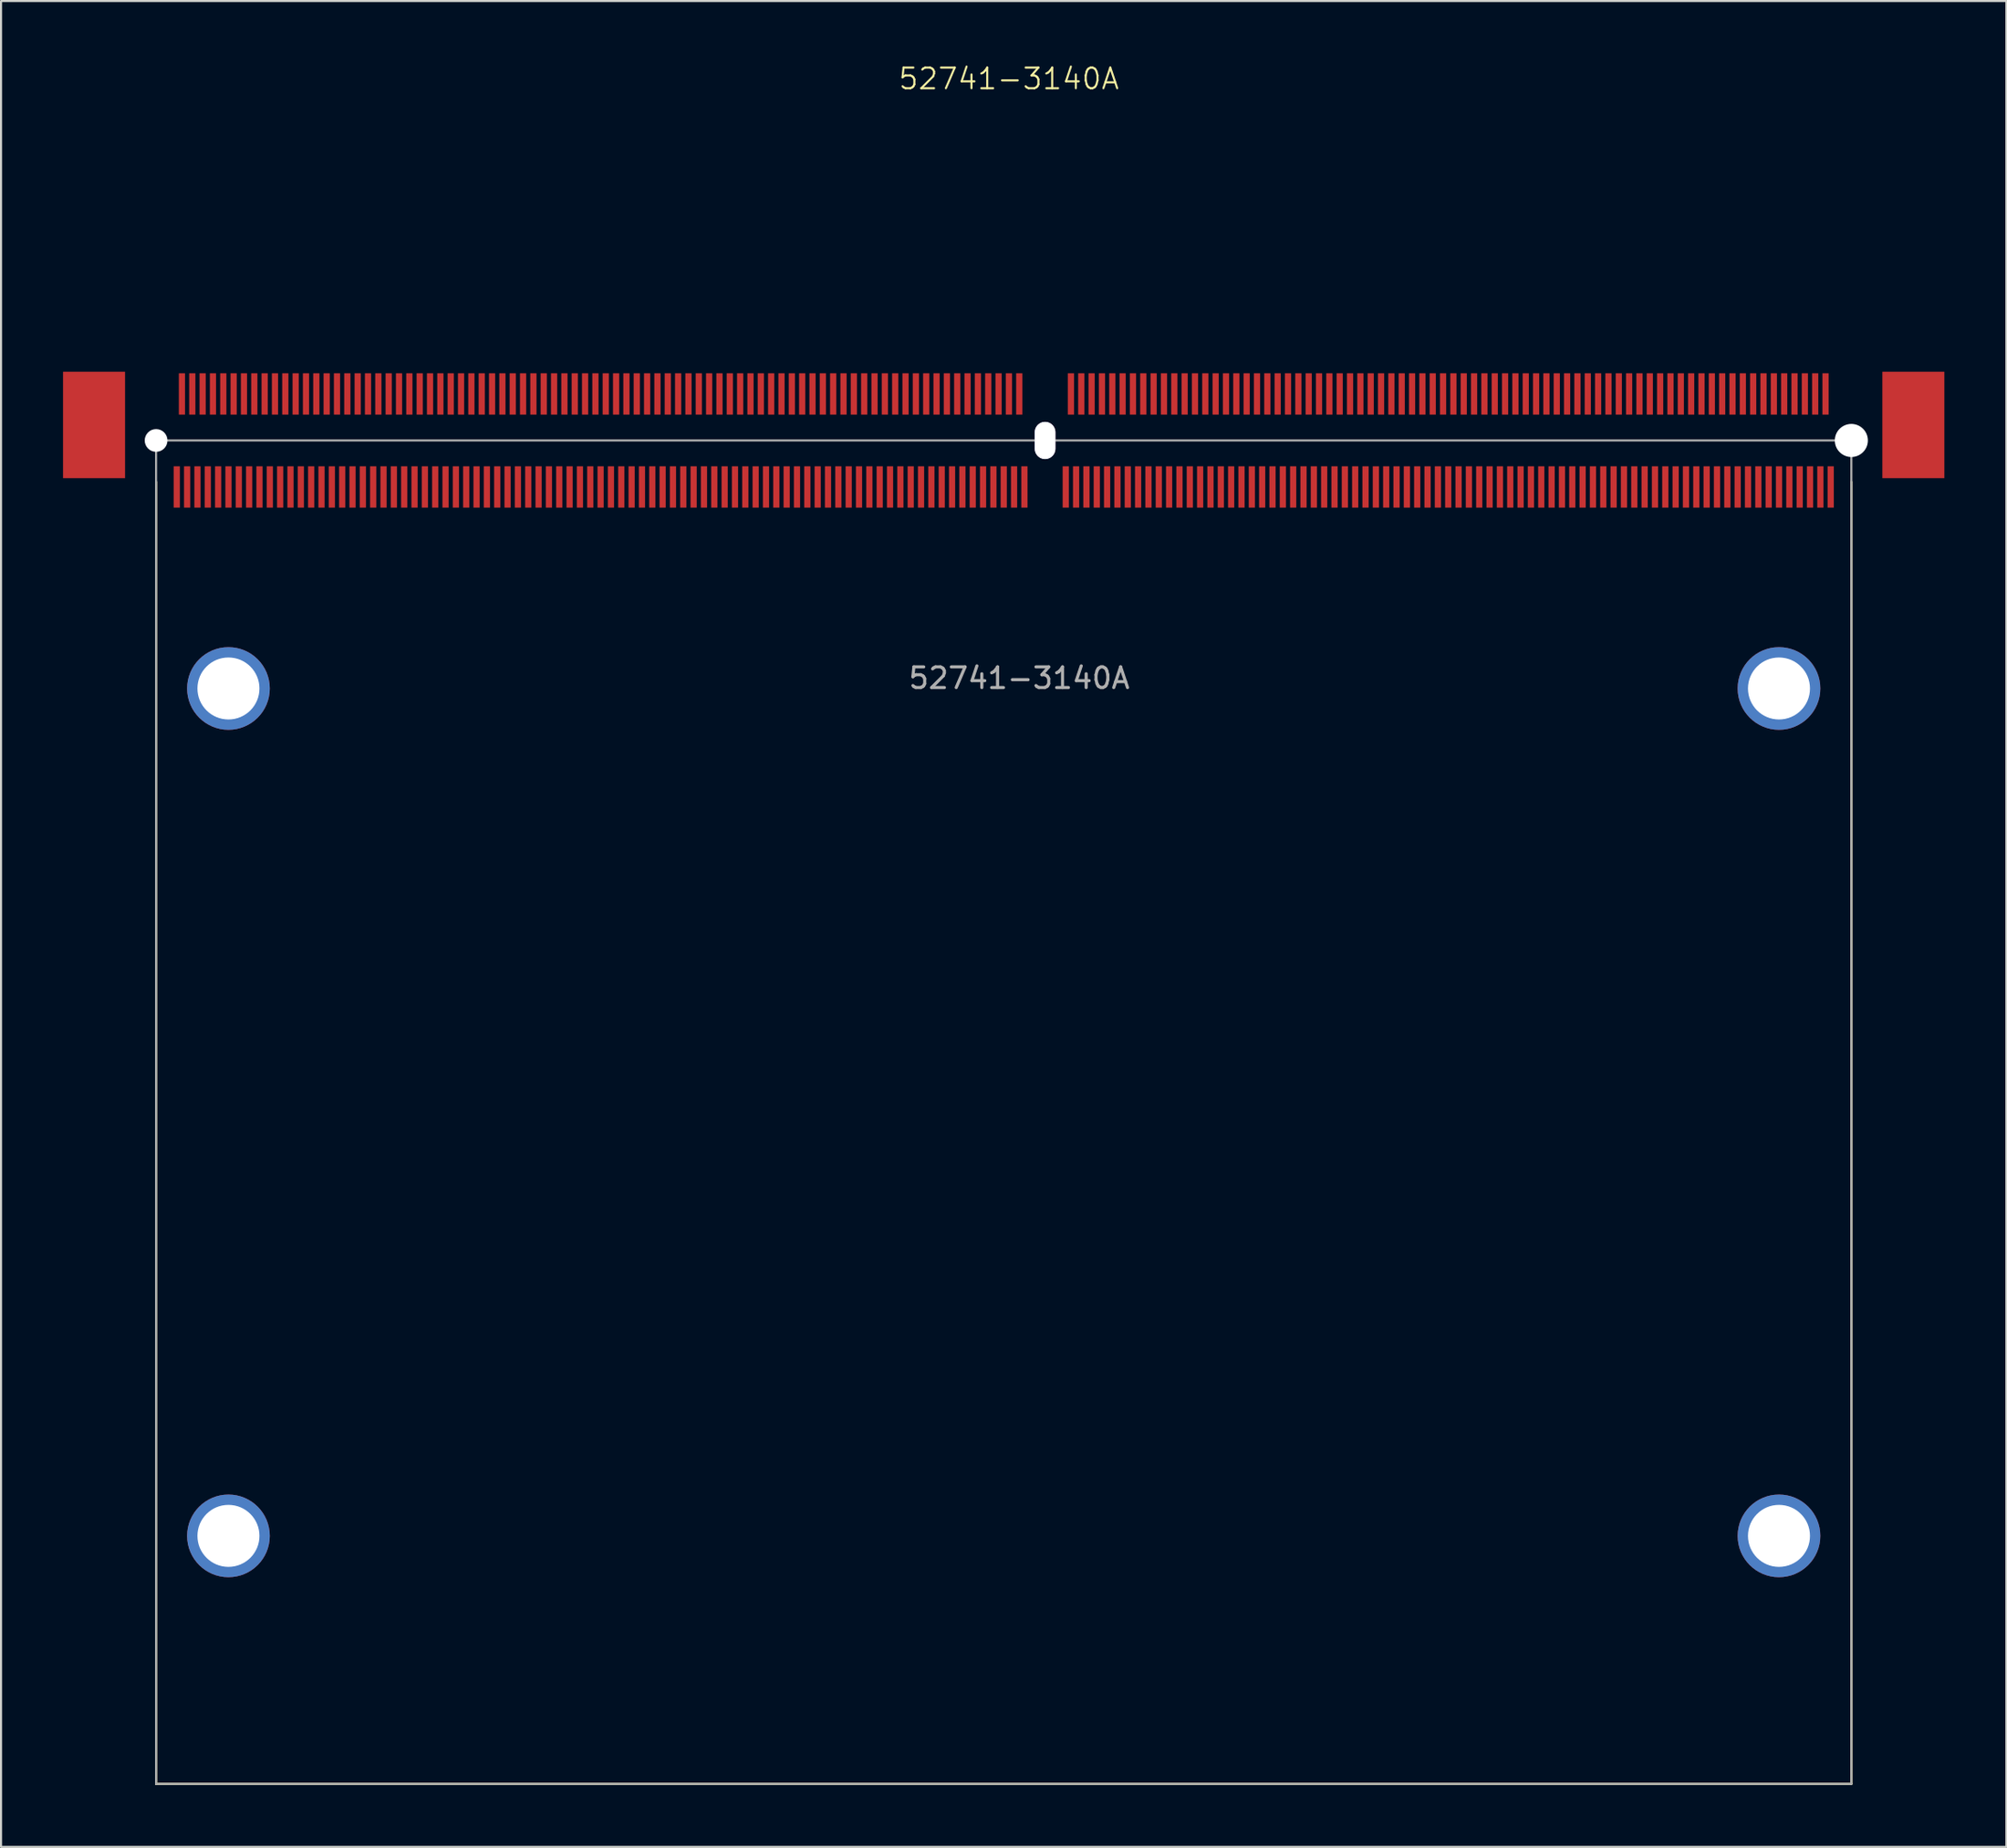
<source format=kicad_pcb>
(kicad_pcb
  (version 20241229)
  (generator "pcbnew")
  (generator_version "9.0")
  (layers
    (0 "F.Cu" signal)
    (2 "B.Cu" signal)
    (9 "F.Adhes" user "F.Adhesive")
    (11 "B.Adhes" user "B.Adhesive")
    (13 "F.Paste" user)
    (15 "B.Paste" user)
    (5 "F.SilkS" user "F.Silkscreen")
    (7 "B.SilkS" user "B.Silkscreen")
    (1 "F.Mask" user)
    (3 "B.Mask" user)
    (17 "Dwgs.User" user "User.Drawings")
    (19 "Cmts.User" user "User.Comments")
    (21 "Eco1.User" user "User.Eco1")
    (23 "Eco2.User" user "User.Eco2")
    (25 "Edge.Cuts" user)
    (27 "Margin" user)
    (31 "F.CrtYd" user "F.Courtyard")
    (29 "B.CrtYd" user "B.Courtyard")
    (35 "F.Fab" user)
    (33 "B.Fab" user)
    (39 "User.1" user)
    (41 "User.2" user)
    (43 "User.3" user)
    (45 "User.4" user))
  (footprint "52741-3140A"
    (layer "F.Cu")
    (at 46.25 18.261)
    (property "Reference" "52741-3140A" (at -0.5 -17.5 0) (unlocked yes) (layer "F.SilkS") (effects (font (size 1 1) (thickness 0.1))))
    (attr smd)
    (fp_line (start -41.75 2) (end -41.75 65) (stroke (width 0.1) (type default)) (layer "F.SilkS"))
    (fp_line (start -41.75 65) (end 40.25 65) (stroke (width 0.1) (type default)) (layer "F.SilkS"))
    (fp_line (start 40.25 65) (end 40.25 2) (stroke (width 0.1) (type default)) (layer "F.SilkS"))
    (fp_line (start -41.75 0) (end 40.25 0) (stroke (width 0.1) (type default)) (layer "F.Fab"))
    (fp_line (start -41.75 65) (end -41.75 0) (stroke (width 0.1) (type default)) (layer "F.Fab"))
    (fp_line (start 40.25 0) (end 40.25 65) (stroke (width 0.1) (type default)) (layer "F.Fab"))
    (fp_line (start 40.25 65) (end -41.75 65) (stroke (width 0.1) (type default)) (layer "F.Fab"))
    (fp_text user "${REFERENCE}" (at 0 11.5 0) (unlocked yes) (layer "F.Fab") (effects (font (size 1 1) (thickness 0.15))))
    (pad "" smd rect (at -44.75 -0.75) (size 3 5.15) (layers "F.Cu" "F.Mask" "F.Paste"))
    (pad "" np_thru_hole circle (at -41.75 0) (size 1.1 1.1) (drill 1.1) (layers "*.Cu" "*.Mask"))
    (pad "" thru_hole circle (at -38.25 12) (size 4 4) (drill 3) (layers "*.Cu" "*.Mask"))
    (pad "" thru_hole circle (at -38.25 53) (size 4 4) (drill 3) (layers "*.Cu" "*.Mask"))
    (pad "" np_thru_hole roundrect (at 1.25 0) (size 1 1.8) (drill oval 1 1.8) (layers "*.Cu" "*.Mask") (roundrect_rratio 0.5))
    (pad "" thru_hole circle (at 36.75 12) (size 4 4) (drill 3) (layers "*.Cu" "*.Mask"))
    (pad "" thru_hole circle (at 36.75 53) (size 4 4) (drill 3) (layers "*.Cu" "*.Mask"))
    (pad "" np_thru_hole circle (at 40.25 0) (size 1.6 1.6) (drill 1.6) (layers "*.Cu" "*.Mask"))
    (pad "" smd rect (at 43.25 -0.75) (size 3 5.15) (layers "F.Cu" "F.Mask" "F.Paste"))
    (pad "1" smd rect (at -30.75 2.25) (size 0.3 2) (layers "F.Cu" "F.Mask" "F.Paste"))
    (pad "2" smd rect (at -30.5 -2.25) (size 0.3 2) (layers "F.Cu" "F.Mask" "F.Paste"))
    (pad "3" smd rect (at -30.25 2.25) (size 0.3 2) (layers "F.Cu" "F.Mask" "F.Paste"))
    (pad "4" smd rect (at -30 -2.25) (size 0.3 2) (layers "F.Cu" "F.Mask" "F.Paste"))
    (pad "5" smd rect (at -29.75 2.25) (size 0.3 2) (layers "F.Cu" "F.Mask" "F.Paste"))
    (pad "6" smd rect (at -29.5 -2.25) (size 0.3 2) (layers "F.Cu" "F.Mask" "F.Paste"))
    (pad "7" smd rect (at -29.25 2.25) (size 0.3 2) (layers "F.Cu" "F.Mask" "F.Paste"))
    (pad "8" smd rect (at -29 -2.25) (size 0.3 2) (layers "F.Cu" "F.Mask" "F.Paste"))
    (pad "9" smd rect (at -28.75 2.25) (size 0.3 2) (layers "F.Cu" "F.Mask" "F.Paste"))
    (pad "10" smd rect (at -28.5 -2.25) (size 0.3 2) (layers "F.Cu" "F.Mask" "F.Paste"))
    (pad "11" smd rect (at -28.25 2.25) (size 0.3 2) (layers "F.Cu" "F.Mask" "F.Paste"))
    (pad "12" smd rect (at -28 -2.25) (size 0.3 2) (layers "F.Cu" "F.Mask" "F.Paste"))
    (pad "13" smd rect (at -27.75 2.25) (size 0.3 2) (layers "F.Cu" "F.Mask" "F.Paste"))
    (pad "14" smd rect (at -27.5 -2.25) (size 0.3 2) (layers "F.Cu" "F.Mask" "F.Paste"))
    (pad "15" smd rect (at -27.25 2.25) (size 0.3 2) (layers "F.Cu" "F.Mask" "F.Paste"))
    (pad "16" smd rect (at -27 -2.25) (size 0.3 2) (layers "F.Cu" "F.Mask" "F.Paste"))
    (pad "17" smd rect (at -26.75 2.25) (size 0.3 2) (layers "F.Cu" "F.Mask" "F.Paste"))
    (pad "18" smd rect (at -26.5 -2.25) (size 0.3 2) (layers "F.Cu" "F.Mask" "F.Paste"))
    (pad "19" smd rect (at -26.25 2.25) (size 0.3 2) (layers "F.Cu" "F.Mask" "F.Paste"))
    (pad "20" smd rect (at -26 -2.25) (size 0.3 2) (layers "F.Cu" "F.Mask" "F.Paste"))
    (pad "21" smd rect (at -25.75 2.25) (size 0.3 2) (layers "F.Cu" "F.Mask" "F.Paste"))
    (pad "22" smd rect (at -25.5 -2.25) (size 0.3 2) (layers "F.Cu" "F.Mask" "F.Paste"))
    (pad "23" smd rect (at -25.25 2.25) (size 0.3 2) (layers "F.Cu" "F.Mask" "F.Paste"))
    (pad "24" smd rect (at -25 -2.25) (size 0.3 2) (layers "F.Cu" "F.Mask" "F.Paste"))
    (pad "25" smd rect (at -24.75 2.25) (size 0.3 2) (layers "F.Cu" "F.Mask" "F.Paste"))
    (pad "26" smd rect (at -24.5 -2.25) (size 0.3 2) (layers "F.Cu" "F.Mask" "F.Paste"))
    (pad "27" smd rect (at -24.25 2.25) (size 0.3 2) (layers "F.Cu" "F.Mask" "F.Paste"))
    (pad "28" smd rect (at -24 -2.25) (size 0.3 2) (layers "F.Cu" "F.Mask" "F.Paste"))
    (pad "29" smd rect (at -23.75 2.25) (size 0.3 2) (layers "F.Cu" "F.Mask" "F.Paste"))
    (pad "30" smd rect (at -23.5 -2.25) (size 0.3 2) (layers "F.Cu" "F.Mask" "F.Paste"))
    (pad "31" smd rect (at -23.25 2.25) (size 0.3 2) (layers "F.Cu" "F.Mask" "F.Paste"))
    (pad "32" smd rect (at -23 -2.25) (size 0.3 2) (layers "F.Cu" "F.Mask" "F.Paste"))
    (pad "33" smd rect (at -22.75 2.25) (size 0.3 2) (layers "F.Cu" "F.Mask" "F.Paste"))
    (pad "34" smd rect (at -22.5 -2.25) (size 0.3 2) (layers "F.Cu" "F.Mask" "F.Paste"))
    (pad "35" smd rect (at -22.25 2.25) (size 0.3 2) (layers "F.Cu" "F.Mask" "F.Paste"))
    (pad "36" smd rect (at -22 -2.25) (size 0.3 2) (layers "F.Cu" "F.Mask" "F.Paste"))
    (pad "37" smd rect (at -21.75 2.25) (size 0.3 2) (layers "F.Cu" "F.Mask" "F.Paste"))
    (pad "38" smd rect (at -21.5 -2.25) (size 0.3 2) (layers "F.Cu" "F.Mask" "F.Paste"))
    (pad "39" smd rect (at -21.25 2.25) (size 0.3 2) (layers "F.Cu" "F.Mask" "F.Paste"))
    (pad "40" smd rect (at -21 -2.25) (size 0.3 2) (layers "F.Cu" "F.Mask" "F.Paste"))
    (pad "41" smd rect (at -20.75 2.25) (size 0.3 2) (layers "F.Cu" "F.Mask" "F.Paste"))
    (pad "42" smd rect (at -20.5 -2.25) (size 0.3 2) (layers "F.Cu" "F.Mask" "F.Paste"))
    (pad "43" smd rect (at -20.25 2.25) (size 0.3 2) (layers "F.Cu" "F.Mask" "F.Paste"))
    (pad "44" smd rect (at -20 -2.25) (size 0.3 2) (layers "F.Cu" "F.Mask" "F.Paste"))
    (pad "45" smd rect (at -19.75 2.25) (size 0.3 2) (layers "F.Cu" "F.Mask" "F.Paste"))
    (pad "46" smd rect (at -19.5 -2.25) (size 0.3 2) (layers "F.Cu" "F.Mask" "F.Paste"))
    (pad "47" smd rect (at -19.25 2.25) (size 0.3 2) (layers "F.Cu" "F.Mask" "F.Paste"))
    (pad "48" smd rect (at -19 -2.25) (size 0.3 2) (layers "F.Cu" "F.Mask" "F.Paste"))
    (pad "49" smd rect (at -18.75 2.25) (size 0.3 2) (layers "F.Cu" "F.Mask" "F.Paste"))
    (pad "50" smd rect (at -18.5 -2.25) (size 0.3 2) (layers "F.Cu" "F.Mask" "F.Paste"))
    (pad "51" smd rect (at -18.25 2.25) (size 0.3 2) (layers "F.Cu" "F.Mask" "F.Paste"))
    (pad "52" smd rect (at -18 -2.25) (size 0.3 2) (layers "F.Cu" "F.Mask" "F.Paste"))
    (pad "53" smd rect (at -17.75 2.25) (size 0.3 2) (layers "F.Cu" "F.Mask" "F.Paste"))
    (pad "54" smd rect (at -17.5 -2.25) (size 0.3 2) (layers "F.Cu" "F.Mask" "F.Paste"))
    (pad "55" smd rect (at -17.25 2.25) (size 0.3 2) (layers "F.Cu" "F.Mask" "F.Paste"))
    (pad "56" smd rect (at -17 -2.25) (size 0.3 2) (layers "F.Cu" "F.Mask" "F.Paste"))
    (pad "57" smd rect (at -16.75 2.25) (size 0.3 2) (layers "F.Cu" "F.Mask" "F.Paste"))
    (pad "58" smd rect (at -16.5 -2.25) (size 0.3 2) (layers "F.Cu" "F.Mask" "F.Paste"))
    (pad "59" smd rect (at -16.25 2.25) (size 0.3 2) (layers "F.Cu" "F.Mask" "F.Paste"))
    (pad "60" smd rect (at -16 -2.25) (size 0.3 2) (layers "F.Cu" "F.Mask" "F.Paste"))
    (pad "61" smd rect (at -15.75 2.25) (size 0.3 2) (layers "F.Cu" "F.Mask" "F.Paste"))
    (pad "62" smd rect (at -15.5 -2.25) (size 0.3 2) (layers "F.Cu" "F.Mask" "F.Paste"))
    (pad "63" smd rect (at -15.25 2.25) (size 0.3 2) (layers "F.Cu" "F.Mask" "F.Paste"))
    (pad "64" smd rect (at -15 -2.25) (size 0.3 2) (layers "F.Cu" "F.Mask" "F.Paste"))
    (pad "65" smd rect (at -14.75 2.25) (size 0.3 2) (layers "F.Cu" "F.Mask" "F.Paste"))
    (pad "66" smd rect (at -14.5 -2.25) (size 0.3 2) (layers "F.Cu" "F.Mask" "F.Paste"))
    (pad "67" smd rect (at -14.25 2.25) (size 0.3 2) (layers "F.Cu" "F.Mask" "F.Paste"))
    (pad "68" smd rect (at -14 -2.25) (size 0.3 2) (layers "F.Cu" "F.Mask" "F.Paste"))
    (pad "69" smd rect (at -13.75 2.25) (size 0.3 2) (layers "F.Cu" "F.Mask" "F.Paste"))
    (pad "70" smd rect (at -13.5 -2.25) (size 0.3 2) (layers "F.Cu" "F.Mask" "F.Paste"))
    (pad "71" smd rect (at -13.25 2.25) (size 0.3 2) (layers "F.Cu" "F.Mask" "F.Paste"))
    (pad "72" smd rect (at -13 -2.25) (size 0.3 2) (layers "F.Cu" "F.Mask" "F.Paste"))
    (pad "73" smd rect (at -12.75 2.25) (size 0.3 2) (layers "F.Cu" "F.Mask" "F.Paste"))
    (pad "74" smd rect (at -12.5 -2.25) (size 0.3 2) (layers "F.Cu" "F.Mask" "F.Paste"))
    (pad "75" smd rect (at -12.25 2.25) (size 0.3 2) (layers "F.Cu" "F.Mask" "F.Paste"))
    (pad "76" smd rect (at -12 -2.25) (size 0.3 2) (layers "F.Cu" "F.Mask" "F.Paste"))
    (pad "77" smd rect (at -11.75 2.25) (size 0.3 2) (layers "F.Cu" "F.Mask" "F.Paste"))
    (pad "78" smd rect (at -11.5 -2.25) (size 0.3 2) (layers "F.Cu" "F.Mask" "F.Paste"))
    (pad "79" smd rect (at -11.25 2.25) (size 0.3 2) (layers "F.Cu" "F.Mask" "F.Paste"))
    (pad "80" smd rect (at -11 -2.25) (size 0.3 2) (layers "F.Cu" "F.Mask" "F.Paste"))
    (pad "81" smd rect (at -10.75 2.25) (size 0.3 2) (layers "F.Cu" "F.Mask" "F.Paste"))
    (pad "82" smd rect (at -10.5 -2.25) (size 0.3 2) (layers "F.Cu" "F.Mask" "F.Paste"))
    (pad "83" smd rect (at -10.25 2.25) (size 0.3 2) (layers "F.Cu" "F.Mask" "F.Paste"))
    (pad "84" smd rect (at -10 -2.25) (size 0.3 2) (layers "F.Cu" "F.Mask" "F.Paste"))
    (pad "85" smd rect (at -9.75 2.25) (size 0.3 2) (layers "F.Cu" "F.Mask" "F.Paste"))
    (pad "86" smd rect (at -9.5 -2.25) (size 0.3 2) (layers "F.Cu" "F.Mask" "F.Paste"))
    (pad "87" smd rect (at -9.25 2.25) (size 0.3 2) (layers "F.Cu" "F.Mask" "F.Paste"))
    (pad "88" smd rect (at -9 -2.25) (size 0.3 2) (layers "F.Cu" "F.Mask" "F.Paste"))
    (pad "89" smd rect (at -8.75 2.25) (size 0.3 2) (layers "F.Cu" "F.Mask" "F.Paste"))
    (pad "90" smd rect (at -8.5 -2.25) (size 0.3 2) (layers "F.Cu" "F.Mask" "F.Paste"))
    (pad "91" smd rect (at -8.25 2.25) (size 0.3 2) (layers "F.Cu" "F.Mask" "F.Paste"))
    (pad "92" smd rect (at -8 -2.25) (size 0.3 2) (layers "F.Cu" "F.Mask" "F.Paste"))
    (pad "93" smd rect (at -7.75 2.25) (size 0.3 2) (layers "F.Cu" "F.Mask" "F.Paste"))
    (pad "94" smd rect (at -7.5 -2.25) (size 0.3 2) (layers "F.Cu" "F.Mask" "F.Paste"))
    (pad "95" smd rect (at -7.25 2.25) (size 0.3 2) (layers "F.Cu" "F.Mask" "F.Paste"))
    (pad "96" smd rect (at -7 -2.25) (size 0.3 2) (layers "F.Cu" "F.Mask" "F.Paste"))
    (pad "97" smd rect (at -6.75 2.25) (size 0.3 2) (layers "F.Cu" "F.Mask" "F.Paste"))
    (pad "98" smd rect (at -6.5 -2.25) (size 0.3 2) (layers "F.Cu" "F.Mask" "F.Paste"))
    (pad "99" smd rect (at -6.25 2.25) (size 0.3 2) (layers "F.Cu" "F.Mask" "F.Paste"))
    (pad "100" smd rect (at -6 -2.25) (size 0.3 2) (layers "F.Cu" "F.Mask" "F.Paste"))
    (pad "101" smd rect (at -5.75 2.25) (size 0.3 2) (layers "F.Cu" "F.Mask" "F.Paste"))
    (pad "102" smd rect (at -5.5 -2.25) (size 0.3 2) (layers "F.Cu" "F.Mask" "F.Paste"))
    (pad "103" smd rect (at -5.25 2.25) (size 0.3 2) (layers "F.Cu" "F.Mask" "F.Paste"))
    (pad "104" smd rect (at -5 -2.25) (size 0.3 2) (layers "F.Cu" "F.Mask" "F.Paste"))
    (pad "105" smd rect (at -4.75 2.25) (size 0.3 2) (layers "F.Cu" "F.Mask" "F.Paste"))
    (pad "106" smd rect (at -4.5 -2.25) (size 0.3 2) (layers "F.Cu" "F.Mask" "F.Paste"))
    (pad "107" smd rect (at -4.25 2.25) (size 0.3 2) (layers "F.Cu" "F.Mask" "F.Paste"))
    (pad "108" smd rect (at -4 -2.25) (size 0.3 2) (layers "F.Cu" "F.Mask" "F.Paste"))
    (pad "109" smd rect (at -3.75 2.25) (size 0.3 2) (layers "F.Cu" "F.Mask" "F.Paste"))
    (pad "110" smd rect (at -3.5 -2.25) (size 0.3 2) (layers "F.Cu" "F.Mask" "F.Paste"))
    (pad "111" smd rect (at -3.25 2.25) (size 0.3 2) (layers "F.Cu" "F.Mask" "F.Paste"))
    (pad "112" smd rect (at -3 -2.25) (size 0.3 2) (layers "F.Cu" "F.Mask" "F.Paste"))
    (pad "113" smd rect (at -2.75 2.25) (size 0.3 2) (layers "F.Cu" "F.Mask" "F.Paste"))
    (pad "114" smd rect (at -2.5 -2.25) (size 0.3 2) (layers "F.Cu" "F.Mask" "F.Paste"))
    (pad "115" smd rect (at -2.25 2.25) (size 0.3 2) (layers "F.Cu" "F.Mask" "F.Paste"))
    (pad "116" smd rect (at -2 -2.25) (size 0.3 2) (layers "F.Cu" "F.Mask" "F.Paste"))
    (pad "117" smd rect (at -1.75 2.25) (size 0.3 2) (layers "F.Cu" "F.Mask" "F.Paste"))
    (pad "118" smd rect (at -1.5 -2.25) (size 0.3 2) (layers "F.Cu" "F.Mask" "F.Paste"))
    (pad "119" smd rect (at -1.25 2.25) (size 0.3 2) (layers "F.Cu" "F.Mask" "F.Paste"))
    (pad "120" smd rect (at -1 -2.25) (size 0.3 2) (layers "F.Cu" "F.Mask" "F.Paste"))
    (pad "121" smd rect (at -0.75 2.25) (size 0.3 2) (layers "F.Cu" "F.Mask" "F.Paste"))
    (pad "122" smd rect (at -0.5 -2.25) (size 0.3 2) (layers "F.Cu" "F.Mask" "F.Paste"))
    (pad "123" smd rect (at -0.25 2.25) (size 0.3 2) (layers "F.Cu" "F.Mask" "F.Paste"))
    (pad "124" smd rect (at 0 -2.25) (size 0.3 2) (layers "F.Cu" "F.Mask" "F.Paste"))
    (pad "125" smd rect (at 0.25 2.25) (size 0.3 2) (layers "F.Cu" "F.Mask" "F.Paste"))
    (pad "133" smd rect (at 2.25 2.25) (size 0.3 2) (layers "F.Cu" "F.Mask" "F.Paste"))
    (pad "134" smd rect (at 2.5 -2.25) (size 0.3 2) (layers "F.Cu" "F.Mask" "F.Paste"))
    (pad "135" smd rect (at 2.75 2.25) (size 0.3 2) (layers "F.Cu" "F.Mask" "F.Paste"))
    (pad "136" smd rect (at 3 -2.25) (size 0.3 2) (layers "F.Cu" "F.Mask" "F.Paste"))
    (pad "137" smd rect (at 3.25 2.25) (size 0.3 2) (layers "F.Cu" "F.Mask" "F.Paste"))
    (pad "138" smd rect (at 3.5 -2.25) (size 0.3 2) (layers "F.Cu" "F.Mask" "F.Paste"))
    (pad "139" smd rect (at 3.75 2.25) (size 0.3 2) (layers "F.Cu" "F.Mask" "F.Paste"))
    (pad "140" smd rect (at 4 -2.25) (size 0.3 2) (layers "F.Cu" "F.Mask" "F.Paste"))
    (pad "141" smd rect (at 4.25 2.25) (size 0.3 2) (layers "F.Cu" "F.Mask" "F.Paste"))
    (pad "142" smd rect (at 4.5 -2.25) (size 0.3 2) (layers "F.Cu" "F.Mask" "F.Paste"))
    (pad "143" smd rect (at 4.75 2.25) (size 0.3 2) (layers "F.Cu" "F.Mask" "F.Paste"))
    (pad "144" smd rect (at 5 -2.25) (size 0.3 2) (layers "F.Cu" "F.Mask" "F.Paste"))
    (pad "145" smd rect (at 5.25 2.25) (size 0.3 2) (layers "F.Cu" "F.Mask" "F.Paste"))
    (pad "146" smd rect (at 5.5 -2.25) (size 0.3 2) (layers "F.Cu" "F.Mask" "F.Paste"))
    (pad "147" smd rect (at 5.75 2.25) (size 0.3 2) (layers "F.Cu" "F.Mask" "F.Paste"))
    (pad "148" smd rect (at 6 -2.25) (size 0.3 2) (layers "F.Cu" "F.Mask" "F.Paste"))
    (pad "149" smd rect (at 6.25 2.25) (size 0.3 2) (layers "F.Cu" "F.Mask" "F.Paste"))
    (pad "150" smd rect (at 6.5 -2.25) (size 0.3 2) (layers "F.Cu" "F.Mask" "F.Paste"))
    (pad "151" smd rect (at 6.75 2.25) (size 0.3 2) (layers "F.Cu" "F.Mask" "F.Paste"))
    (pad "152" smd rect (at 7 -2.25) (size 0.3 2) (layers "F.Cu" "F.Mask" "F.Paste"))
    (pad "153" smd rect (at 7.25 2.25) (size 0.3 2) (layers "F.Cu" "F.Mask" "F.Paste"))
    (pad "154" smd rect (at 7.5 -2.25) (size 0.3 2) (layers "F.Cu" "F.Mask" "F.Paste"))
    (pad "155" smd rect (at 7.75 2.25) (size 0.3 2) (layers "F.Cu" "F.Mask" "F.Paste"))
    (pad "156" smd rect (at 8 -2.25) (size 0.3 2) (layers "F.Cu" "F.Mask" "F.Paste"))
    (pad "157" smd rect (at 8.25 2.25) (size 0.3 2) (layers "F.Cu" "F.Mask" "F.Paste"))
    (pad "158" smd rect (at 8.5 -2.25) (size 0.3 2) (layers "F.Cu" "F.Mask" "F.Paste"))
    (pad "159" smd rect (at 8.75 2.25) (size 0.3 2) (layers "F.Cu" "F.Mask" "F.Paste"))
    (pad "160" smd rect (at 9 -2.25) (size 0.3 2) (layers "F.Cu" "F.Mask" "F.Paste"))
    (pad "161" smd rect (at 9.25 2.25) (size 0.3 2) (layers "F.Cu" "F.Mask" "F.Paste"))
    (pad "162" smd rect (at 9.5 -2.25) (size 0.3 2) (layers "F.Cu" "F.Mask" "F.Paste"))
    (pad "163" smd rect (at 9.75 2.25) (size 0.3 2) (layers "F.Cu" "F.Mask" "F.Paste"))
    (pad "164" smd rect (at 10 -2.25) (size 0.3 2) (layers "F.Cu" "F.Mask" "F.Paste"))
    (pad "165" smd rect (at 10.25 2.25) (size 0.3 2) (layers "F.Cu" "F.Mask" "F.Paste"))
    (pad "166" smd rect (at 10.5 -2.25) (size 0.3 2) (layers "F.Cu" "F.Mask" "F.Paste"))
    (pad "167" smd rect (at 10.75 2.25) (size 0.3 2) (layers "F.Cu" "F.Mask" "F.Paste"))
    (pad "168" smd rect (at 11 -2.25) (size 0.3 2) (layers "F.Cu" "F.Mask" "F.Paste"))
    (pad "169" smd rect (at 11.25 2.25) (size 0.3 2) (layers "F.Cu" "F.Mask" "F.Paste"))
    (pad "170" smd rect (at 11.5 -2.25) (size 0.3 2) (layers "F.Cu" "F.Mask" "F.Paste"))
    (pad "171" smd rect (at 11.75 2.25) (size 0.3 2) (layers "F.Cu" "F.Mask" "F.Paste"))
    (pad "172" smd rect (at 12 -2.25) (size 0.3 2) (layers "F.Cu" "F.Mask" "F.Paste"))
    (pad "173" smd rect (at 12.25 2.25) (size 0.3 2) (layers "F.Cu" "F.Mask" "F.Paste"))
    (pad "174" smd rect (at 12.5 -2.25) (size 0.3 2) (layers "F.Cu" "F.Mask" "F.Paste"))
    (pad "175" smd rect (at 12.75 2.25) (size 0.3 2) (layers "F.Cu" "F.Mask" "F.Paste"))
    (pad "176" smd rect (at 13 -2.25) (size 0.3 2) (layers "F.Cu" "F.Mask" "F.Paste"))
    (pad "177" smd rect (at 13.25 2.25) (size 0.3 2) (layers "F.Cu" "F.Mask" "F.Paste"))
    (pad "178" smd rect (at 13.5 -2.25) (size 0.3 2) (layers "F.Cu" "F.Mask" "F.Paste"))
    (pad "179" smd rect (at 13.75 2.25) (size 0.3 2) (layers "F.Cu" "F.Mask" "F.Paste"))
    (pad "180" smd rect (at 14 -2.25) (size 0.3 2) (layers "F.Cu" "F.Mask" "F.Paste"))
    (pad "181" smd rect (at 14.25 2.25) (size 0.3 2) (layers "F.Cu" "F.Mask" "F.Paste"))
    (pad "182" smd rect (at 14.5 -2.25) (size 0.3 2) (layers "F.Cu" "F.Mask" "F.Paste"))
    (pad "183" smd rect (at 14.75 2.25) (size 0.3 2) (layers "F.Cu" "F.Mask" "F.Paste"))
    (pad "184" smd rect (at 15 -2.25) (size 0.3 2) (layers "F.Cu" "F.Mask" "F.Paste"))
    (pad "185" smd rect (at 15.25 2.25) (size 0.3 2) (layers "F.Cu" "F.Mask" "F.Paste"))
    (pad "186" smd rect (at 15.5 -2.25) (size 0.3 2) (layers "F.Cu" "F.Mask" "F.Paste"))
    (pad "187" smd rect (at 15.75 2.25) (size 0.3 2) (layers "F.Cu" "F.Mask" "F.Paste"))
    (pad "188" smd rect (at 16 -2.25) (size 0.3 2) (layers "F.Cu" "F.Mask" "F.Paste"))
    (pad "189" smd rect (at 16.25 2.25) (size 0.3 2) (layers "F.Cu" "F.Mask" "F.Paste"))
    (pad "190" smd rect (at 16.5 -2.25) (size 0.3 2) (layers "F.Cu" "F.Mask" "F.Paste"))
    (pad "191" smd rect (at 16.75 2.25) (size 0.3 2) (layers "F.Cu" "F.Mask" "F.Paste"))
    (pad "192" smd rect (at 17 -2.25) (size 0.3 2) (layers "F.Cu" "F.Mask" "F.Paste"))
    (pad "193" smd rect (at 17.25 2.25) (size 0.3 2) (layers "F.Cu" "F.Mask" "F.Paste"))
    (pad "194" smd rect (at 17.5 -2.25) (size 0.3 2) (layers "F.Cu" "F.Mask" "F.Paste"))
    (pad "195" smd rect (at 17.75 2.25) (size 0.3 2) (layers "F.Cu" "F.Mask" "F.Paste"))
    (pad "196" smd rect (at 18 -2.25) (size 0.3 2) (layers "F.Cu" "F.Mask" "F.Paste"))
    (pad "197" smd rect (at 18.25 2.25) (size 0.3 2) (layers "F.Cu" "F.Mask" "F.Paste"))
    (pad "198" smd rect (at 18.5 -2.25) (size 0.3 2) (layers "F.Cu" "F.Mask" "F.Paste"))
    (pad "199" smd rect (at 18.75 2.25) (size 0.3 2) (layers "F.Cu" "F.Mask" "F.Paste"))
    (pad "200" smd rect (at 19 -2.25) (size 0.3 2) (layers "F.Cu" "F.Mask" "F.Paste"))
    (pad "201" smd rect (at 19.25 2.25) (size 0.3 2) (layers "F.Cu" "F.Mask" "F.Paste"))
    (pad "202" smd rect (at 19.5 -2.25) (size 0.3 2) (layers "F.Cu" "F.Mask" "F.Paste"))
    (pad "203" smd rect (at 19.75 2.25) (size 0.3 2) (layers "F.Cu" "F.Mask" "F.Paste"))
    (pad "204" smd rect (at 20 -2.25) (size 0.3 2) (layers "F.Cu" "F.Mask" "F.Paste"))
    (pad "205" smd rect (at 20.25 2.25) (size 0.3 2) (layers "F.Cu" "F.Mask" "F.Paste"))
    (pad "206" smd rect (at 20.5 -2.25) (size 0.3 2) (layers "F.Cu" "F.Mask" "F.Paste"))
    (pad "207" smd rect (at 20.75 2.25) (size 0.3 2) (layers "F.Cu" "F.Mask" "F.Paste"))
    (pad "208" smd rect (at 21 -2.25) (size 0.3 2) (layers "F.Cu" "F.Mask" "F.Paste"))
    (pad "209" smd rect (at 21.25 2.25) (size 0.3 2) (layers "F.Cu" "F.Mask" "F.Paste"))
    (pad "210" smd rect (at 21.5 -2.25) (size 0.3 2) (layers "F.Cu" "F.Mask" "F.Paste"))
    (pad "211" smd rect (at 21.75 2.25) (size 0.3 2) (layers "F.Cu" "F.Mask" "F.Paste"))
    (pad "212" smd rect (at 22 -2.25) (size 0.3 2) (layers "F.Cu" "F.Mask" "F.Paste"))
    (pad "213" smd rect (at 22.25 2.25) (size 0.3 2) (layers "F.Cu" "F.Mask" "F.Paste"))
    (pad "214" smd rect (at 22.5 -2.25) (size 0.3 2) (layers "F.Cu" "F.Mask" "F.Paste"))
    (pad "215" smd rect (at 22.75 2.25) (size 0.3 2) (layers "F.Cu" "F.Mask" "F.Paste"))
    (pad "216" smd rect (at 23 -2.25) (size 0.3 2) (layers "F.Cu" "F.Mask" "F.Paste"))
    (pad "217" smd rect (at 23.25 2.25) (size 0.3 2) (layers "F.Cu" "F.Mask" "F.Paste"))
    (pad "218" smd rect (at 23.5 -2.25) (size 0.3 2) (layers "F.Cu" "F.Mask" "F.Paste"))
    (pad "219" smd rect (at 23.75 2.25) (size 0.3 2) (layers "F.Cu" "F.Mask" "F.Paste"))
    (pad "220" smd rect (at 24 -2.25) (size 0.3 2) (layers "F.Cu" "F.Mask" "F.Paste"))
    (pad "221" smd rect (at 24.25 2.25) (size 0.3 2) (layers "F.Cu" "F.Mask" "F.Paste"))
    (pad "222" smd rect (at 24.5 -2.25) (size 0.3 2) (layers "F.Cu" "F.Mask" "F.Paste"))
    (pad "223" smd rect (at 24.75 2.25) (size 0.3 2) (layers "F.Cu" "F.Mask" "F.Paste"))
    (pad "224" smd rect (at 25 -2.25) (size 0.3 2) (layers "F.Cu" "F.Mask" "F.Paste"))
    (pad "225" smd rect (at 25.25 2.25) (size 0.3 2) (layers "F.Cu" "F.Mask" "F.Paste"))
    (pad "226" smd rect (at 25.5 -2.25) (size 0.3 2) (layers "F.Cu" "F.Mask" "F.Paste"))
    (pad "227" smd rect (at 25.75 2.25) (size 0.3 2) (layers "F.Cu" "F.Mask" "F.Paste"))
    (pad "228" smd rect (at 26 -2.25) (size 0.3 2) (layers "F.Cu" "F.Mask" "F.Paste"))
    (pad "229" smd rect (at 26.25 2.25) (size 0.3 2) (layers "F.Cu" "F.Mask" "F.Paste"))
    (pad "230" smd rect (at 26.5 -2.25) (size 0.3 2) (layers "F.Cu" "F.Mask" "F.Paste"))
    (pad "231" smd rect (at 26.75 2.25) (size 0.3 2) (layers "F.Cu" "F.Mask" "F.Paste"))
    (pad "232" smd rect (at 27 -2.25) (size 0.3 2) (layers "F.Cu" "F.Mask" "F.Paste"))
    (pad "233" smd rect (at 27.25 2.25) (size 0.3 2) (layers "F.Cu" "F.Mask" "F.Paste"))
    (pad "234" smd rect (at 27.5 -2.25) (size 0.3 2) (layers "F.Cu" "F.Mask" "F.Paste"))
    (pad "235" smd rect (at 27.75 2.25) (size 0.3 2) (layers "F.Cu" "F.Mask" "F.Paste"))
    (pad "236" smd rect (at 28 -2.25) (size 0.3 2) (layers "F.Cu" "F.Mask" "F.Paste"))
    (pad "237" smd rect (at 28.25 2.25) (size 0.3 2) (layers "F.Cu" "F.Mask" "F.Paste"))
    (pad "238" smd rect (at 28.5 -2.25) (size 0.3 2) (layers "F.Cu" "F.Mask" "F.Paste"))
    (pad "239" smd rect (at 28.75 2.25) (size 0.3 2) (layers "F.Cu" "F.Mask" "F.Paste"))
    (pad "240" smd rect (at 29 -2.25) (size 0.3 2) (layers "F.Cu" "F.Mask" "F.Paste"))
    (pad "241" smd rect (at 29.25 2.25) (size 0.3 2) (layers "F.Cu" "F.Mask" "F.Paste"))
    (pad "242" smd rect (at 29.5 -2.25) (size 0.3 2) (layers "F.Cu" "F.Mask" "F.Paste"))
    (pad "243" smd rect (at 29.75 2.25) (size 0.3 2) (layers "F.Cu" "F.Mask" "F.Paste"))
    (pad "244" smd rect (at 30 -2.25) (size 0.3 2) (layers "F.Cu" "F.Mask" "F.Paste"))
    (pad "245" smd rect (at 30.25 2.25) (size 0.3 2) (layers "F.Cu" "F.Mask" "F.Paste"))
    (pad "246" smd rect (at 30.5 -2.25) (size 0.3 2) (layers "F.Cu" "F.Mask" "F.Paste"))
    (pad "247" smd rect (at 30.75 2.25) (size 0.3 2) (layers "F.Cu" "F.Mask" "F.Paste"))
    (pad "248" smd rect (at 31 -2.25) (size 0.3 2) (layers "F.Cu" "F.Mask" "F.Paste"))
    (pad "249" smd rect (at 31.25 2.25) (size 0.3 2) (layers "F.Cu" "F.Mask" "F.Paste"))
    (pad "250" smd rect (at 31.5 -2.25) (size 0.3 2) (layers "F.Cu" "F.Mask" "F.Paste"))
    (pad "251" smd rect (at 31.75 2.25) (size 0.3 2) (layers "F.Cu" "F.Mask" "F.Paste"))
    (pad "252" smd rect (at 32 -2.25) (size 0.3 2) (layers "F.Cu" "F.Mask" "F.Paste"))
    (pad "253" smd rect (at 32.25 2.25) (size 0.3 2) (layers "F.Cu" "F.Mask" "F.Paste"))
    (pad "254" smd rect (at 32.5 -2.25) (size 0.3 2) (layers "F.Cu" "F.Mask" "F.Paste"))
    (pad "255" smd rect (at 32.75 2.25) (size 0.3 2) (layers "F.Cu" "F.Mask" "F.Paste"))
    (pad "256" smd rect (at 33 -2.25) (size 0.3 2) (layers "F.Cu" "F.Mask" "F.Paste"))
    (pad "257" smd rect (at 33.25 2.25) (size 0.3 2) (layers "F.Cu" "F.Mask" "F.Paste"))
    (pad "258" smd rect (at 33.5 -2.25) (size 0.3 2) (layers "F.Cu" "F.Mask" "F.Paste"))
    (pad "259" smd rect (at 33.75 2.25) (size 0.3 2) (layers "F.Cu" "F.Mask" "F.Paste"))
    (pad "260" smd rect (at 34 -2.25) (size 0.3 2) (layers "F.Cu" "F.Mask" "F.Paste"))
    (pad "261" smd rect (at 34.25 2.25) (size 0.3 2) (layers "F.Cu" "F.Mask" "F.Paste"))
    (pad "262" smd rect (at 34.5 -2.25) (size 0.3 2) (layers "F.Cu" "F.Mask" "F.Paste"))
    (pad "263" smd rect (at 34.75 2.25) (size 0.3 2) (layers "F.Cu" "F.Mask" "F.Paste"))
    (pad "264" smd rect (at 35 -2.25) (size 0.3 2) (layers "F.Cu" "F.Mask" "F.Paste"))
    (pad "265" smd rect (at 35.25 2.25) (size 0.3 2) (layers "F.Cu" "F.Mask" "F.Paste"))
    (pad "266" smd rect (at 35.5 -2.25) (size 0.3 2) (layers "F.Cu" "F.Mask" "F.Paste"))
    (pad "267" smd rect (at 35.75 2.25) (size 0.3 2) (layers "F.Cu" "F.Mask" "F.Paste"))
    (pad "268" smd rect (at 36 -2.25) (size 0.3 2) (layers "F.Cu" "F.Mask" "F.Paste"))
    (pad "269" smd rect (at 36.25 2.25) (size 0.3 2) (layers "F.Cu" "F.Mask" "F.Paste"))
    (pad "270" smd rect (at 36.5 -2.25) (size 0.3 2) (layers "F.Cu" "F.Mask" "F.Paste"))
    (pad "271" smd rect (at 36.75 2.25) (size 0.3 2) (layers "F.Cu" "F.Mask" "F.Paste"))
    (pad "272" smd rect (at 37 -2.25) (size 0.3 2) (layers "F.Cu" "F.Mask" "F.Paste"))
    (pad "273" smd rect (at 37.25 2.25) (size 0.3 2) (layers "F.Cu" "F.Mask" "F.Paste"))
    (pad "274" smd rect (at 37.5 -2.25) (size 0.3 2) (layers "F.Cu" "F.Mask" "F.Paste"))
    (pad "275" smd rect (at 37.75 2.25) (size 0.3 2) (layers "F.Cu" "F.Mask" "F.Paste"))
    (pad "276" smd rect (at 38 -2.25) (size 0.3 2) (layers "F.Cu" "F.Mask" "F.Paste"))
    (pad "277" smd rect (at 38.25 2.25) (size 0.3 2) (layers "F.Cu" "F.Mask" "F.Paste"))
    (pad "278" smd rect (at 38.5 -2.25) (size 0.3 2) (layers "F.Cu" "F.Mask" "F.Paste"))
    (pad "279" smd rect (at 38.75 2.25) (size 0.3 2) (layers "F.Cu" "F.Mask" "F.Paste"))
    (pad "280" smd rect (at 39 -2.25) (size 0.3 2) (layers "F.Cu" "F.Mask" "F.Paste"))
    (pad "281" smd rect (at 39.25 2.25) (size 0.3 2) (layers "F.Cu" "F.Mask" "F.Paste"))
    (pad "E10" smd rect (at -40.75 2.25) (size 0.3 2) (layers "F.Cu" "F.Mask" "F.Paste"))
    (pad "E11" smd rect (at -40.25 2.25) (size 0.3 2) (layers "F.Cu" "F.Mask" "F.Paste"))
    (pad "E12" smd rect (at -39.75 2.25) (size 0.3 2) (layers "F.Cu" "F.Mask" "F.Paste"))
    (pad "E13" smd rect (at -39.25 2.25) (size 0.3 2) (layers "F.Cu" "F.Mask" "F.Paste"))
    (pad "E14" smd rect (at -38.75 2.25) (size 0.3 2) (layers "F.Cu" "F.Mask" "F.Paste"))
    (pad "E15" smd rect (at -38.25 2.25) (size 0.3 2) (layers "F.Cu" "F.Mask" "F.Paste"))
    (pad "E16" smd rect (at -37.75 2.25) (size 0.3 2) (layers "F.Cu" "F.Mask" "F.Paste"))
    (pad "E17" smd rect (at -37.25 2.25) (size 0.3 2) (layers "F.Cu" "F.Mask" "F.Paste"))
    (pad "E18" smd rect (at -36.75 2.25) (size 0.3 2) (layers "F.Cu" "F.Mask" "F.Paste"))
    (pad "E19" smd rect (at -36.25 2.25) (size 0.3 2) (layers "F.Cu" "F.Mask" "F.Paste"))
    (pad "E20" smd rect (at -40.5 -2.25) (size 0.3 2) (layers "F.Cu" "F.Mask" "F.Paste"))
    (pad "E21" smd rect (at -40 -2.25) (size 0.3 2) (layers "F.Cu" "F.Mask" "F.Paste"))
    (pad "E22" smd rect (at -39.5 -2.25) (size 0.3 2) (layers "F.Cu" "F.Mask" "F.Paste"))
    (pad "E23" smd rect (at -39 -2.25) (size 0.3 2) (layers "F.Cu" "F.Mask" "F.Paste"))
    (pad "E24" smd rect (at -38.5 -2.25) (size 0.3 2) (layers "F.Cu" "F.Mask" "F.Paste"))
    (pad "E25" smd rect (at -38 -2.25) (size 0.3 2) (layers "F.Cu" "F.Mask" "F.Paste"))
    (pad "E26" smd rect (at -37.5 -2.25) (size 0.3 2) (layers "F.Cu" "F.Mask" "F.Paste"))
    (pad "E27" smd rect (at -37 -2.25) (size 0.3 2) (layers "F.Cu" "F.Mask" "F.Paste"))
    (pad "E28" smd rect (at -36.5 -2.25) (size 0.3 2) (layers "F.Cu" "F.Mask" "F.Paste"))
    (pad "E29" smd rect (at -36 -2.25) (size 0.3 2) (layers "F.Cu" "F.Mask" "F.Paste"))
    (pad "E30" smd rect (at -35.75 2.25) (size 0.3 2) (layers "F.Cu" "F.Mask" "F.Paste"))
    (pad "E31" smd rect (at -35.25 2.25) (size 0.3 2) (layers "F.Cu" "F.Mask" "F.Paste"))
    (pad "E32" smd rect (at -34.75 2.25) (size 0.3 2) (layers "F.Cu" "F.Mask" "F.Paste"))
    (pad "E33" smd rect (at -34.25 2.25) (size 0.3 2) (layers "F.Cu" "F.Mask" "F.Paste"))
    (pad "E34" smd rect (at -33.75 2.25) (size 0.3 2) (layers "F.Cu" "F.Mask" "F.Paste"))
    (pad "E35" smd rect (at -33.25 2.25) (size 0.3 2) (layers "F.Cu" "F.Mask" "F.Paste"))
    (pad "E36" smd rect (at -32.75 2.25) (size 0.3 2) (layers "F.Cu" "F.Mask" "F.Paste"))
    (pad "E37" smd rect (at -32.25 2.25) (size 0.3 2) (layers "F.Cu" "F.Mask" "F.Paste"))
    (pad "E38" smd rect (at -31.75 2.25) (size 0.3 2) (layers "F.Cu" "F.Mask" "F.Paste"))
    (pad "E39" smd rect (at -31.25 2.25) (size 0.3 2) (layers "F.Cu" "F.Mask" "F.Paste"))
    (pad "E40" smd rect (at -35.5 -2.25) (size 0.3 2) (layers "F.Cu" "F.Mask" "F.Paste"))
    (pad "E41" smd rect (at -35 -2.25) (size 0.3 2) (layers "F.Cu" "F.Mask" "F.Paste"))
    (pad "E42" smd rect (at -34.5 -2.25) (size 0.3 2) (layers "F.Cu" "F.Mask" "F.Paste"))
    (pad "E43" smd rect (at -34 -2.25) (size 0.3 2) (layers "F.Cu" "F.Mask" "F.Paste"))
    (pad "E44" smd rect (at -33.5 -2.25) (size 0.3 2) (layers "F.Cu" "F.Mask" "F.Paste"))
    (pad "E45" smd rect (at -33 -2.25) (size 0.3 2) (layers "F.Cu" "F.Mask" "F.Paste"))
    (pad "E46" smd rect (at -32.5 -2.25) (size 0.3 2) (layers "F.Cu" "F.Mask" "F.Paste"))
    (pad "E47" smd rect (at -32 -2.25) (size 0.3 2) (layers "F.Cu" "F.Mask" "F.Paste"))
    (pad "E48" smd rect (at -31.5 -2.25) (size 0.3 2) (layers "F.Cu" "F.Mask" "F.Paste"))
    (pad "E49" smd rect (at -31 -2.25) (size 0.3 2) (layers "F.Cu" "F.Mask" "F.Paste")))
  (gr_rect
    (start -3 -3)
    (end 94 86.311)
    (stroke (width 0.1) (type default))
    (fill no)
    (layer "Edge.Cuts")))
</source>
